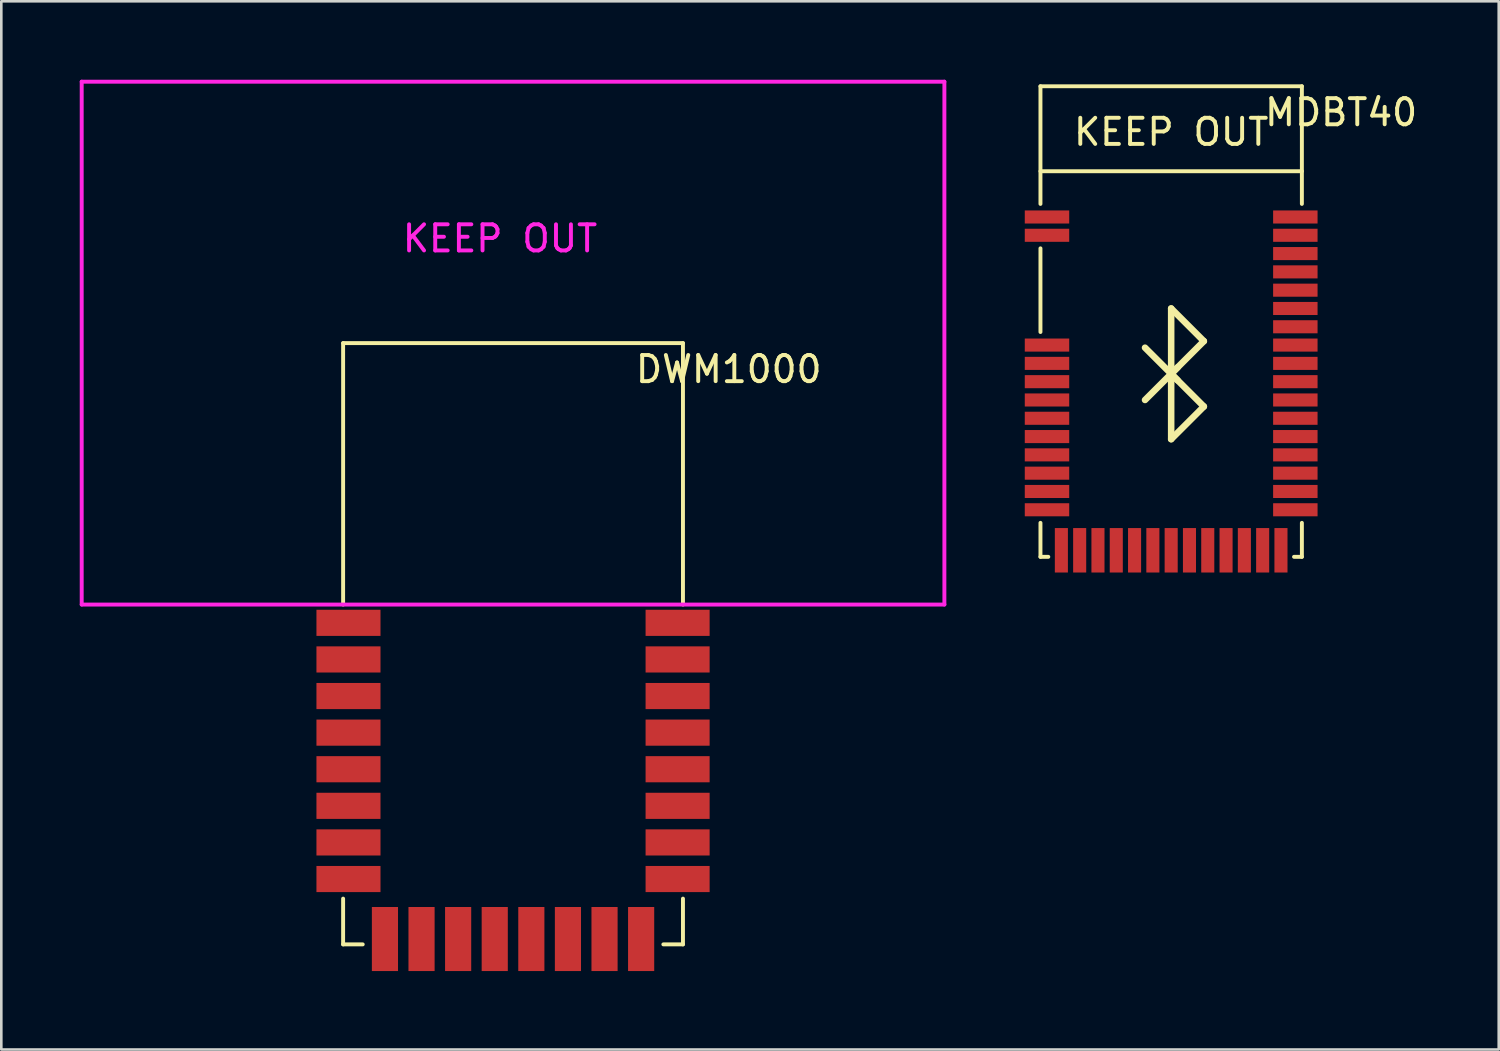
<source format=kicad_pcb>
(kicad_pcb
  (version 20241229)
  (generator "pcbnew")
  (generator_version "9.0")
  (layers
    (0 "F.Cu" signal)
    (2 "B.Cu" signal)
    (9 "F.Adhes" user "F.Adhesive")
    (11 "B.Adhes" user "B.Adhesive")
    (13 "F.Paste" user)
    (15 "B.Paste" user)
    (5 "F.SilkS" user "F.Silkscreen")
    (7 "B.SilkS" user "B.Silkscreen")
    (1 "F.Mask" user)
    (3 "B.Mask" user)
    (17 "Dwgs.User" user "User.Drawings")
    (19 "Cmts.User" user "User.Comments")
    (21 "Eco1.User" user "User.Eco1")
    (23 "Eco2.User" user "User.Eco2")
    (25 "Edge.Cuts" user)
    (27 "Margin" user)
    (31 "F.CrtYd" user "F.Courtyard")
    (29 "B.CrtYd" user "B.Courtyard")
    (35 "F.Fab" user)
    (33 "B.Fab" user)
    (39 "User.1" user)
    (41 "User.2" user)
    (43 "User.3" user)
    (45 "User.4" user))
  (footprint "MDBT40"
    (layer "F.Cu")
    (at 36.75 0.25)
    (property "Reference" "MDBT40" (at 11.5 1 0) (layer "F.SilkS") (effects (font (size 1 1) (thickness 0.15))))
    (attr through_hole)
    (fp_line (start 0 0) (end 10 0) (stroke (width 0.15) (type solid)) (layer "F.SilkS"))
    (fp_line (start 0 3.25) (end 10 3.25) (stroke (width 0.15) (type solid)) (layer "F.SilkS"))
    (fp_line (start 0 4.5) (end 0 0) (stroke (width 0.15) (type solid)) (layer "F.SilkS"))
    (fp_line (start 0 6.2) (end 0 9.4) (stroke (width 0.15) (type solid)) (layer "F.SilkS"))
    (fp_line (start 0 16.7) (end 0 18) (stroke (width 0.15) (type solid)) (layer "F.SilkS"))
    (fp_line (start 0 18) (end 0.3 18) (stroke (width 0.15) (type solid)) (layer "F.SilkS"))
    (fp_line (start 5 8.5) (end 6.25 9.75) (stroke (width 0.25) (type solid)) (layer "F.SilkS"))
    (fp_line (start 5 11) (end 5 8.5) (stroke (width 0.25) (type solid)) (layer "F.SilkS"))
    (fp_line (start 5 11) (end 6.25 12.25) (stroke (width 0.25) (type solid)) (layer "F.SilkS"))
    (fp_line (start 5 13.5) (end 5 11) (stroke (width 0.25) (type solid)) (layer "F.SilkS"))
    (fp_line (start 5.25 10.75) (end 4 12) (stroke (width 0.25) (type solid)) (layer "F.SilkS"))
    (fp_line (start 5.25 11.25) (end 4 10) (stroke (width 0.25) (type solid)) (layer "F.SilkS"))
    (fp_line (start 6.25 9.75) (end 5 11) (stroke (width 0.25) (type solid)) (layer "F.SilkS"))
    (fp_line (start 6.25 12.25) (end 5 13.5) (stroke (width 0.25) (type solid)) (layer "F.SilkS"))
    (fp_line (start 10 0) (end 10 4.5) (stroke (width 0.15) (type solid)) (layer "F.SilkS"))
    (fp_line (start 10 18) (end 9.7 18) (stroke (width 0.15) (type solid)) (layer "F.SilkS"))
    (fp_line (start 10 18) (end 10 16.7) (stroke (width 0.15) (type solid)) (layer "F.SilkS"))
    (fp_text user "KEEP OUT" (at 5 1.75 0) (layer "F.SilkS") (effects (font (size 1 1) (thickness 0.15))))
    (pad "1" smd rect (at 0 5) (size 1.7 0.5) (drill (offset 0.25 0)) (layers "F.Cu" "F.Mask" "F.Paste"))
    (pad "2" smd rect (at 0 5.7) (size 1.7 0.5) (drill (offset 0.25 0)) (layers "F.Cu" "F.Mask" "F.Paste"))
    (pad "3" smd rect (at 0 9.9) (size 1.7 0.5) (drill (offset 0.25 0)) (layers "F.Cu" "F.Mask" "F.Paste"))
    (pad "4" smd rect (at 0 10.6) (size 1.7 0.5) (drill (offset 0.25 0)) (layers "F.Cu" "F.Mask" "F.Paste"))
    (pad "5" smd rect (at 0 11.3) (size 1.7 0.5) (drill (offset 0.25 0)) (layers "F.Cu" "F.Mask" "F.Paste"))
    (pad "6" smd rect (at 0 12) (size 1.7 0.5) (drill (offset 0.25 0)) (layers "F.Cu" "F.Mask" "F.Paste"))
    (pad "7" smd rect (at 0 12.7) (size 1.7 0.5) (drill (offset 0.25 0)) (layers "F.Cu" "F.Mask" "F.Paste"))
    (pad "8" smd rect (at 0 13.4) (size 1.7 0.5) (drill (offset 0.25 0)) (layers "F.Cu" "F.Mask" "F.Paste"))
    (pad "9" smd rect (at 0 14.1) (size 1.7 0.5) (drill (offset 0.25 0)) (layers "F.Cu" "F.Mask" "F.Paste"))
    (pad "10" smd rect (at 0 14.8) (size 1.7 0.5) (drill (offset 0.25 0)) (layers "F.Cu" "F.Mask" "F.Paste"))
    (pad "11" smd rect (at 0 15.5) (size 1.7 0.5) (drill (offset 0.25 0)) (layers "F.Cu" "F.Mask" "F.Paste"))
    (pad "12" smd rect (at 0 16.2) (size 1.7 0.5) (drill (offset 0.25 0)) (layers "F.Cu" "F.Mask" "F.Paste"))
    (pad "13" smd rect (at 0.8 18 90) (size 1.7 0.5) (drill (offset 0.25 0)) (layers "F.Cu" "F.Mask" "F.Paste"))
    (pad "14" smd rect (at 1.5 18 90) (size 1.7 0.5) (drill (offset 0.25 0)) (layers "F.Cu" "F.Mask" "F.Paste"))
    (pad "15" smd rect (at 2.2 18 90) (size 1.7 0.5) (drill (offset 0.25 0)) (layers "F.Cu" "F.Mask" "F.Paste"))
    (pad "16" smd rect (at 2.9 18 90) (size 1.7 0.5) (drill (offset 0.25 0)) (layers "F.Cu" "F.Mask" "F.Paste"))
    (pad "17" smd rect (at 3.6 18 90) (size 1.7 0.5) (drill (offset 0.25 0)) (layers "F.Cu" "F.Mask" "F.Paste"))
    (pad "18" smd rect (at 4.3 18 90) (size 1.7 0.5) (drill (offset 0.25 0)) (layers "F.Cu" "F.Mask" "F.Paste"))
    (pad "19" smd rect (at 5 18 90) (size 1.7 0.5) (drill (offset 0.25 0)) (layers "F.Cu" "F.Mask" "F.Paste"))
    (pad "20" smd rect (at 5.7 18 90) (size 1.7 0.5) (drill (offset 0.25 0)) (layers "F.Cu" "F.Mask" "F.Paste"))
    (pad "21" smd rect (at 6.4 18 90) (size 1.7 0.5) (drill (offset 0.25 0)) (layers "F.Cu" "F.Mask" "F.Paste"))
    (pad "22" smd rect (at 7.1 18 90) (size 1.7 0.5) (drill (offset 0.25 0)) (layers "F.Cu" "F.Mask" "F.Paste"))
    (pad "23" smd rect (at 7.8 18 90) (size 1.7 0.5) (drill (offset 0.25 0)) (layers "F.Cu" "F.Mask" "F.Paste"))
    (pad "24" smd rect (at 8.5 18 90) (size 1.7 0.5) (drill (offset 0.25 0)) (layers "F.Cu" "F.Mask" "F.Paste"))
    (pad "25" smd rect (at 9.2 18 90) (size 1.7 0.5) (drill (offset 0.25 0)) (layers "F.Cu" "F.Mask" "F.Paste"))
    (pad "26" smd rect (at 10 16.2 180) (size 1.7 0.5) (drill (offset 0.25 0)) (layers "F.Cu" "F.Mask" "F.Paste"))
    (pad "27" smd rect (at 10 15.5 180) (size 1.7 0.5) (drill (offset 0.25 0)) (layers "F.Cu" "F.Mask" "F.Paste"))
    (pad "28" smd rect (at 10 14.8 180) (size 1.7 0.5) (drill (offset 0.25 0)) (layers "F.Cu" "F.Mask" "F.Paste"))
    (pad "29" smd rect (at 10 14.1 180) (size 1.7 0.5) (drill (offset 0.25 0)) (layers "F.Cu" "F.Mask" "F.Paste"))
    (pad "30" smd rect (at 10 13.4 180) (size 1.7 0.5) (drill (offset 0.25 0)) (layers "F.Cu" "F.Mask" "F.Paste"))
    (pad "31" smd rect (at 10 12.7 180) (size 1.7 0.5) (drill (offset 0.25 0)) (layers "F.Cu" "F.Mask" "F.Paste"))
    (pad "32" smd rect (at 10 12 180) (size 1.7 0.5) (drill (offset 0.25 0)) (layers "F.Cu" "F.Mask" "F.Paste"))
    (pad "33" smd rect (at 10 11.3 180) (size 1.7 0.5) (drill (offset 0.25 0)) (layers "F.Cu" "F.Mask" "F.Paste"))
    (pad "34" smd rect (at 10 10.6 180) (size 1.7 0.5) (drill (offset 0.25 0)) (layers "F.Cu" "F.Mask" "F.Paste"))
    (pad "35" smd rect (at 10 9.9 180) (size 1.7 0.5) (drill (offset 0.25 0)) (layers "F.Cu" "F.Mask" "F.Paste"))
    (pad "36" smd rect (at 10 9.2 180) (size 1.7 0.5) (drill (offset 0.25 0)) (layers "F.Cu" "F.Mask" "F.Paste"))
    (pad "37" smd rect (at 10 8.5 180) (size 1.7 0.5) (drill (offset 0.25 0)) (layers "F.Cu" "F.Mask" "F.Paste"))
    (pad "38" smd rect (at 10 7.8 180) (size 1.7 0.5) (drill (offset 0.25 0)) (layers "F.Cu" "F.Mask" "F.Paste"))
    (pad "39" smd rect (at 10 7.1 180) (size 1.7 0.5) (drill (offset 0.25 0)) (layers "F.Cu" "F.Mask" "F.Paste"))
    (pad "40" smd rect (at 10 6.4 180) (size 1.7 0.5) (drill (offset 0.25 0)) (layers "F.Cu" "F.Mask" "F.Paste"))
    (pad "41" smd rect (at 10 5.7 180) (size 1.7 0.5) (drill (offset 0.25 0)) (layers "F.Cu" "F.Mask" "F.Paste"))
    (pad "42" smd rect (at 10 5 180) (size 1.7 0.5) (drill (offset 0.25 0)) (layers "F.Cu" "F.Mask" "F.Paste")))
  (footprint "DWM1000"
    (layer "F.Cu")
    (at 10.075 10.075)
    (property "Reference" "DWM1000" (at 14.75 1 0) (layer "F.SilkS") (effects (font (size 1 1) (thickness 0.15))))
    (attr through_hole)
    (fp_line (start 0 0) (end 0 10) (stroke (width 0.15) (type solid)) (layer "F.SilkS"))
    (fp_line (start 0 0) (end 13 0) (stroke (width 0.15) (type solid)) (layer "F.SilkS"))
    (fp_line (start 0 21.25) (end 0 23) (stroke (width 0.15) (type solid)) (layer "F.SilkS"))
    (fp_line (start 0 23) (end 0.75 23) (stroke (width 0.15) (type solid)) (layer "F.SilkS"))
    (fp_line (start 13 0) (end 13 10) (stroke (width 0.15) (type solid)) (layer "F.SilkS"))
    (fp_line (start 13 23) (end 12.25 23) (stroke (width 0.15) (type solid)) (layer "F.SilkS"))
    (fp_line (start 13 23) (end 13 21.25) (stroke (width 0.15) (type solid)) (layer "F.SilkS"))
    (fp_line (start -10 10) (end -10 -10) (stroke (width 0.15) (type solid)) (layer "F.CrtYd"))
    (fp_line (start -10 10) (end 23 10) (stroke (width 0.15) (type solid)) (layer "F.CrtYd"))
    (fp_line (start 23 -10) (end -10 -10) (stroke (width 0.15) (type solid)) (layer "F.CrtYd"))
    (fp_line (start 23 -10) (end 23 10) (stroke (width 0.15) (type solid)) (layer "F.CrtYd"))
    (fp_text user "KEEP OUT" (at 6 -4 0) (layer "F.CrtYd") (effects (font (size 1 1) (thickness 0.15))))
    (pad "1" smd rect (at 0 10.7) (size 2.45 1) (drill (offset 0.205 0)) (layers "F.Cu" "F.Mask" "F.Paste"))
    (pad "2" smd rect (at 0 12.1) (size 2.45 1) (drill (offset 0.205 0)) (layers "F.Cu" "F.Mask" "F.Paste"))
    (pad "3" smd rect (at 0 13.5) (size 2.45 1) (drill (offset 0.205 0)) (layers "F.Cu" "F.Mask" "F.Paste"))
    (pad "4" smd rect (at 0 14.9) (size 2.45 1) (drill (offset 0.205 0)) (layers "F.Cu" "F.Mask" "F.Paste"))
    (pad "5" smd rect (at 0 16.3) (size 2.45 1) (drill (offset 0.205 0)) (layers "F.Cu" "F.Mask" "F.Paste"))
    (pad "6" smd rect (at 0 17.7) (size 2.45 1) (drill (offset 0.205 0)) (layers "F.Cu" "F.Mask" "F.Paste"))
    (pad "7" smd rect (at 0 19.1) (size 2.45 1) (drill (offset 0.205 0)) (layers "F.Cu" "F.Mask" "F.Paste"))
    (pad "8" smd rect (at 0 20.5) (size 2.45 1) (drill (offset 0.205 0)) (layers "F.Cu" "F.Mask" "F.Paste"))
    (pad "9" smd rect (at 1.6 23 90) (size 2.45 1) (drill (offset 0.205 0)) (layers "F.Cu" "F.Mask" "F.Paste"))
    (pad "10" smd rect (at 3 23 90) (size 2.45 1) (drill (offset 0.205 0)) (layers "F.Cu" "F.Mask" "F.Paste"))
    (pad "11" smd rect (at 4.4 23 90) (size 2.45 1) (drill (offset 0.205 0)) (layers "F.Cu" "F.Mask" "F.Paste"))
    (pad "12" smd rect (at 5.8 23 90) (size 2.45 1) (drill (offset 0.205 0)) (layers "F.Cu" "F.Mask" "F.Paste"))
    (pad "13" smd rect (at 7.2 23 90) (size 2.45 1) (drill (offset 0.205 0)) (layers "F.Cu" "F.Mask" "F.Paste"))
    (pad "14" smd rect (at 8.6 23 90) (size 2.45 1) (drill (offset 0.205 0)) (layers "F.Cu" "F.Mask" "F.Paste"))
    (pad "15" smd rect (at 10 23 90) (size 2.45 1) (drill (offset 0.205 0)) (layers "F.Cu" "F.Mask" "F.Paste"))
    (pad "16" smd rect (at 11.4 23 90) (size 2.45 1) (drill (offset 0.205 0)) (layers "F.Cu" "F.Mask" "F.Paste"))
    (pad "17" smd rect (at 13 20.5 180) (size 2.45 1) (drill (offset 0.205 0)) (layers "F.Cu" "F.Mask" "F.Paste"))
    (pad "18" smd rect (at 13 19.1 180) (size 2.45 1) (drill (offset 0.205 0)) (layers "F.Cu" "F.Mask" "F.Paste"))
    (pad "19" smd rect (at 13 17.7 180) (size 2.45 1) (drill (offset 0.205 0)) (layers "F.Cu" "F.Mask" "F.Paste"))
    (pad "20" smd rect (at 13 16.3 180) (size 2.45 1) (drill (offset 0.205 0)) (layers "F.Cu" "F.Mask" "F.Paste"))
    (pad "21" smd rect (at 13 14.9 180) (size 2.45 1) (drill (offset 0.205 0)) (layers "F.Cu" "F.Mask" "F.Paste"))
    (pad "22" smd rect (at 13 13.5 180) (size 2.45 1) (drill (offset 0.205 0)) (layers "F.Cu" "F.Mask" "F.Paste"))
    (pad "23" smd rect (at 13 12.1 180) (size 2.45 1) (drill (offset 0.205 0)) (layers "F.Cu" "F.Mask" "F.Paste"))
    (pad "24" smd rect (at 13 10.7 180) (size 2.45 1) (drill (offset 0.205 0)) (layers "F.Cu" "F.Mask" "F.Paste")))
  (gr_rect
    (start -3 -3)
    (end 54.28 37.095)
    (stroke (width 0.1) (type default))
    (fill no)
    (layer "Edge.Cuts")))
</source>
